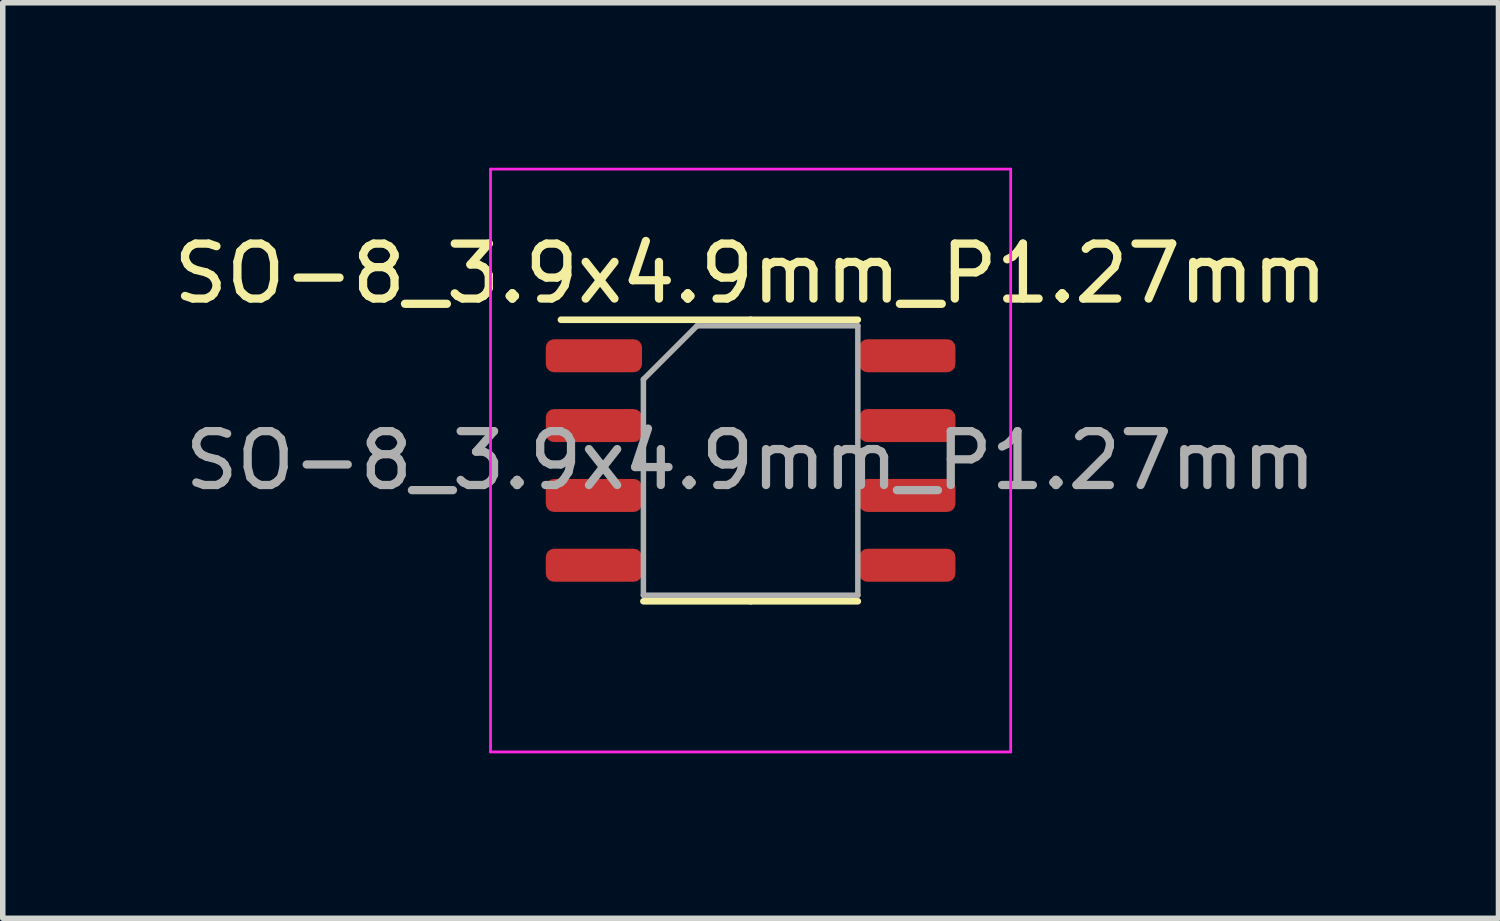
<source format=kicad_pcb>
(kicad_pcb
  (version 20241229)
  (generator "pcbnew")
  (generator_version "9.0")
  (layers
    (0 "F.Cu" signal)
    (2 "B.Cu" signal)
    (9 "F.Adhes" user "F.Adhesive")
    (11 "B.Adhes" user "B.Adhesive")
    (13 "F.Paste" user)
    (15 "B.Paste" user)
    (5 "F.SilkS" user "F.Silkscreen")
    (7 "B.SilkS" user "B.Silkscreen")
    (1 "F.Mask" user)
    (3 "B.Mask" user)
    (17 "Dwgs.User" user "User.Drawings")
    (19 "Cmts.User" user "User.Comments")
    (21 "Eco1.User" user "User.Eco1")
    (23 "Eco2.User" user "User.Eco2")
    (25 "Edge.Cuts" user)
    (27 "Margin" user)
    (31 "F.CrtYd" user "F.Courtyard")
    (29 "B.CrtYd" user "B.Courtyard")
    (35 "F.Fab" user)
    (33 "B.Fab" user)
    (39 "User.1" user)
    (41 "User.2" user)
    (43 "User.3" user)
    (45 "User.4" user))
  (footprint "SO-8_3.9x4.9mm_P1.27mm"
    (layer "F.Cu")
    (at 10.601 5.325)
    (property "Reference" "SO-8_3.9x4.9mm_P1.27mm" (at 0 -3.4 0) (layer "F.SilkS") (effects (font (size 1 1) (thickness 0.15))))
    (attr smd)
    (fp_line (start 0 -2.56) (end -3.45 -2.56) (stroke (width 0.12) (type solid)) (layer "F.SilkS"))
    (fp_line (start 0 -2.56) (end 1.95 -2.56) (stroke (width 0.12) (type solid)) (layer "F.SilkS"))
    (fp_line (start 0 2.56) (end -1.95 2.56) (stroke (width 0.12) (type solid)) (layer "F.SilkS"))
    (fp_line (start 0 2.56) (end 1.95 2.56) (stroke (width 0.12) (type solid)) (layer "F.SilkS"))
    (fp_line (start -4.73 -5.3) (end -4.73 5.3) (stroke (width 0.05) (type solid)) (layer "F.CrtYd"))
    (fp_line (start -4.73 5.3) (end 4.73 5.3) (stroke (width 0.05) (type solid)) (layer "F.CrtYd"))
    (fp_line (start 4.73 -5.3) (end -4.73 -5.3) (stroke (width 0.05) (type solid)) (layer "F.CrtYd"))
    (fp_line (start 4.73 5.3) (end 4.73 -5.3) (stroke (width 0.05) (type solid)) (layer "F.CrtYd"))
    (fp_line (start -1.95 -1.475) (end -0.975 -2.45) (stroke (width 0.1) (type solid)) (layer "F.Fab"))
    (fp_line (start -1.95 2.45) (end -1.95 -1.475) (stroke (width 0.1) (type solid)) (layer "F.Fab"))
    (fp_line (start -0.975 -2.45) (end 1.95 -2.45) (stroke (width 0.1) (type solid)) (layer "F.Fab"))
    (fp_line (start 1.95 -2.45) (end 1.95 2.45) (stroke (width 0.1) (type solid)) (layer "F.Fab"))
    (fp_line (start 1.95 2.45) (end -1.95 2.45) (stroke (width 0.1) (type solid)) (layer "F.Fab"))
    (fp_text user "${REFERENCE}" (at 0 0 0) (layer "F.Fab") (effects (font (size 0.98 0.98) (thickness 0.15))))
    (pad "1" smd roundrect (at -2.85 -1.905) (size 1.75 0.6) (layers "F.Cu" "F.Mask" "F.Paste") (roundrect_rratio 0.25))
    (pad "2" smd roundrect (at -2.85 -0.635) (size 1.75 0.6) (layers "F.Cu" "F.Mask" "F.Paste") (roundrect_rratio 0.25))
    (pad "3" smd roundrect (at -2.85 0.635) (size 1.75 0.6) (layers "F.Cu" "F.Mask" "F.Paste") (roundrect_rratio 0.25))
    (pad "4" smd roundrect (at -2.85 1.905) (size 1.75 0.6) (layers "F.Cu" "F.Mask" "F.Paste") (roundrect_rratio 0.25))
    (pad "5" smd roundrect (at 2.85 1.905) (size 1.75 0.6) (layers "F.Cu" "F.Mask" "F.Paste") (roundrect_rratio 0.25))
    (pad "6" smd roundrect (at 2.85 0.635) (size 1.75 0.6) (layers "F.Cu" "F.Mask" "F.Paste") (roundrect_rratio 0.25))
    (pad "7" smd roundrect (at 2.85 -0.635) (size 1.75 0.6) (layers "F.Cu" "F.Mask" "F.Paste") (roundrect_rratio 0.25))
    (pad "8" smd roundrect (at 2.85 -1.905) (size 1.75 0.6) (layers "F.Cu" "F.Mask" "F.Paste") (roundrect_rratio 0.25)))
  (gr_rect
    (start -3 -3)
    (end 24.202 13.65)
    (stroke (width 0.1) (type default))
    (fill no)
    (layer "Edge.Cuts")))
</source>
